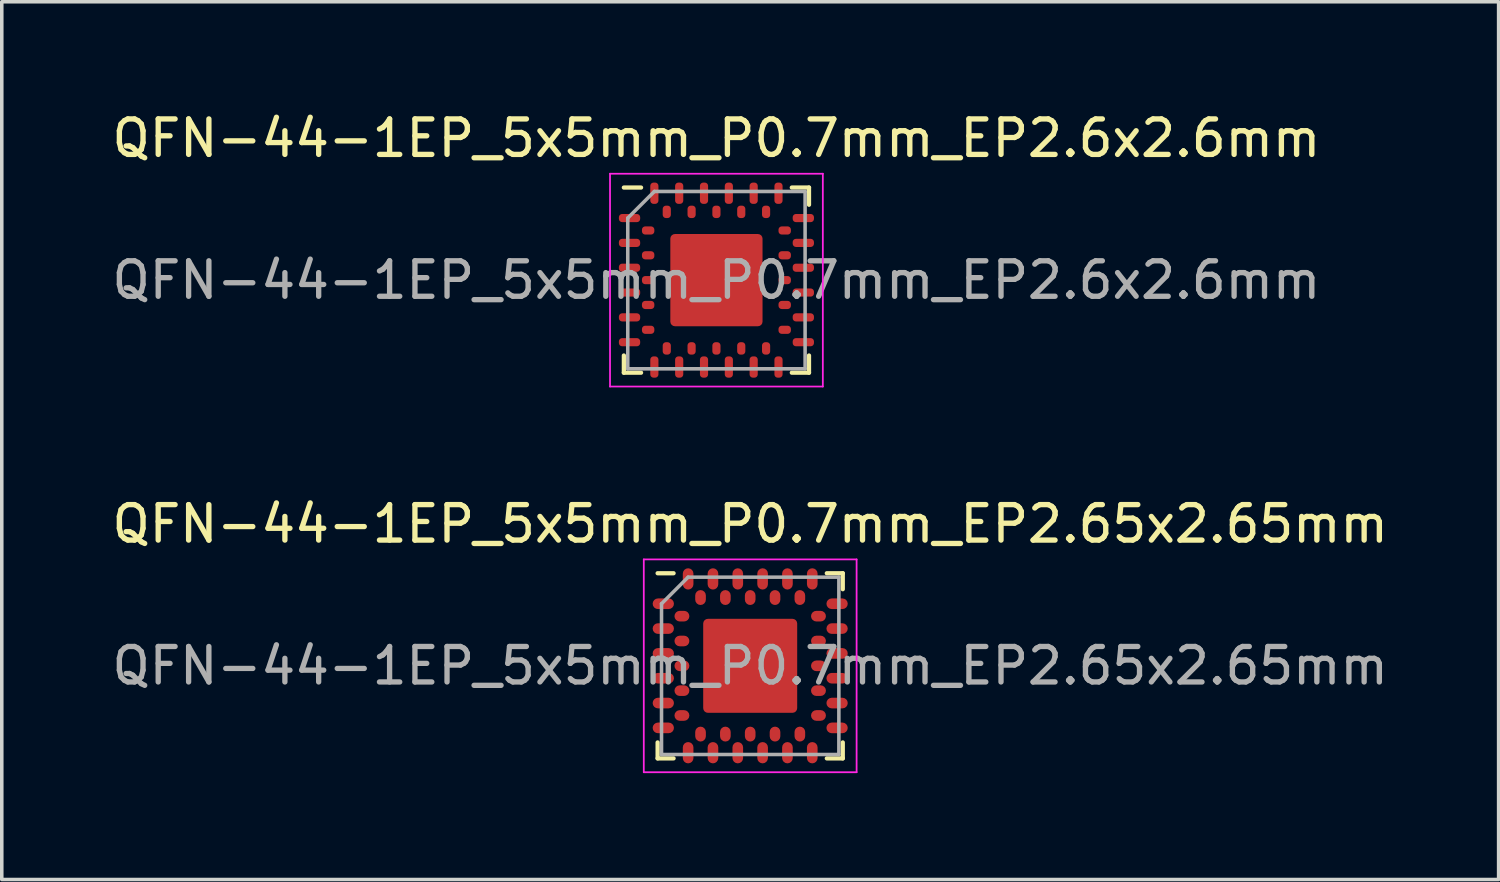
<source format=kicad_pcb>
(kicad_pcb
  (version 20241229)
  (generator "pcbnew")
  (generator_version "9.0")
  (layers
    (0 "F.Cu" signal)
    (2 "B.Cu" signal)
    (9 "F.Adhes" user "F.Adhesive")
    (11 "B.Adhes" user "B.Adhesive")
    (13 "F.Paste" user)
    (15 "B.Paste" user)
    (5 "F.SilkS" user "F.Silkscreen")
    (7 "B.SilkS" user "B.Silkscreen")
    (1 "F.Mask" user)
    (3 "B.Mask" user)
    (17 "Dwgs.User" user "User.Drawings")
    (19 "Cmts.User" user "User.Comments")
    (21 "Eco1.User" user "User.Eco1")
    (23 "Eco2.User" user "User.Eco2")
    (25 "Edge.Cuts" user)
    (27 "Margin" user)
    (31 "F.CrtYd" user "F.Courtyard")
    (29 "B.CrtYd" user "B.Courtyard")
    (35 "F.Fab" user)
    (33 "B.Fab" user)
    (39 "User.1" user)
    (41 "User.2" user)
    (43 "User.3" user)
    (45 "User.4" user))
  (footprint "QFN-44-1EP_5x5mm_P0.7mm_EP2.65x2.65mm"
    (layer "F.Cu")
    (at 18.101 15.722)
    (property "Reference" "QFN-44-1EP_5x5mm_P0.7mm_EP2.65x2.65mm" (at 0 -4 0) (layer "F.SilkS") (effects (font (size 1 1) (thickness 0.15))))
    (attr smd)
    (fp_line (start -2.61 2.61) (end -2.61 2.16) (stroke (width 0.12) (type solid)) (layer "F.SilkS"))
    (fp_line (start -2.16 -2.61) (end -2.61 -2.61) (stroke (width 0.12) (type solid)) (layer "F.SilkS"))
    (fp_line (start -2.16 2.61) (end -2.61 2.61) (stroke (width 0.12) (type solid)) (layer "F.SilkS"))
    (fp_line (start 2.16 -2.61) (end 2.61 -2.61) (stroke (width 0.12) (type solid)) (layer "F.SilkS"))
    (fp_line (start 2.61 -2.61) (end 2.61 -2.16) (stroke (width 0.12) (type solid)) (layer "F.SilkS"))
    (fp_line (start 2.61 2.16) (end 2.61 2.61) (stroke (width 0.12) (type solid)) (layer "F.SilkS"))
    (fp_line (start 2.61 2.61) (end 2.16 2.61) (stroke (width 0.12) (type solid)) (layer "F.SilkS"))
    (fp_line (start -3 -3) (end 3 -3) (stroke (width 0.05) (type solid)) (layer "F.CrtYd"))
    (fp_line (start -3 3) (end -3 -3) (stroke (width 0.05) (type solid)) (layer "F.CrtYd"))
    (fp_line (start 3 -3) (end 3 3) (stroke (width 0.05) (type solid)) (layer "F.CrtYd"))
    (fp_line (start 3 3) (end -3 3) (stroke (width 0.05) (type solid)) (layer "F.CrtYd"))
    (fp_line (start -2.5 -1.75) (end -1.75 -2.5) (stroke (width 0.1) (type solid)) (layer "F.Fab"))
    (fp_line (start -2.5 2.5) (end -2.5 -1.75) (stroke (width 0.1) (type solid)) (layer "F.Fab"))
    (fp_line (start -1.75 -2.5) (end 2.5 -2.5) (stroke (width 0.1) (type solid)) (layer "F.Fab"))
    (fp_line (start 2.5 -2.5) (end 2.5 2.5) (stroke (width 0.1) (type solid)) (layer "F.Fab"))
    (fp_line (start 2.5 2.5) (end -2.5 2.5) (stroke (width 0.1) (type solid)) (layer "F.Fab"))
    (fp_text user "${REFERENCE}" (at 0 0 0) (layer "F.Fab") (effects (font (size 1 1) (thickness 0.15))))
    (pad "" smd roundrect (at -0.65 -0.65) (size 1.1 1.1) (layers "F.Paste") (roundrect_rratio 0.1))
    (pad "" smd roundrect (at -0.65 0.65) (size 1.1 1.1) (layers "F.Paste") (roundrect_rratio 0.1))
    (pad "" smd roundrect (at 0.65 -0.65) (size 1.1 1.1) (layers "F.Paste") (roundrect_rratio 0.1))
    (pad "" smd roundrect (at 0.65 0.65) (size 1.1 1.1) (layers "F.Paste") (roundrect_rratio 0.1))
    (pad "A1" smd roundrect (at -2.45 -1.75) (size 0.6 0.3) (layers "F.Cu" "F.Mask" "F.Paste") (roundrect_rratio 0.5))
    (pad "A2" smd roundrect (at -2.45 -1.05) (size 0.6 0.3) (layers "F.Cu" "F.Mask" "F.Paste") (roundrect_rratio 0.5))
    (pad "A3" smd roundrect (at -2.45 -0.35) (size 0.6 0.3) (layers "F.Cu" "F.Mask" "F.Paste") (roundrect_rratio 0.5))
    (pad "A4" smd roundrect (at -2.45 0.35) (size 0.6 0.3) (layers "F.Cu" "F.Mask" "F.Paste") (roundrect_rratio 0.5))
    (pad "A5" smd roundrect (at -2.45 1.05) (size 0.6 0.3) (layers "F.Cu" "F.Mask" "F.Paste") (roundrect_rratio 0.5))
    (pad "A6" smd roundrect (at -2.45 1.75) (size 0.6 0.3) (layers "F.Cu" "F.Mask" "F.Paste") (roundrect_rratio 0.5))
    (pad "A7" smd roundrect (at -1.75 2.45) (size 0.3 0.6) (layers "F.Cu" "F.Mask" "F.Paste") (roundrect_rratio 0.5))
    (pad "A8" smd roundrect (at -1.05 2.45) (size 0.3 0.6) (layers "F.Cu" "F.Mask" "F.Paste") (roundrect_rratio 0.5))
    (pad "A9" smd roundrect (at -0.35 2.45) (size 0.3 0.6) (layers "F.Cu" "F.Mask" "F.Paste") (roundrect_rratio 0.5))
    (pad "A10" smd roundrect (at 0.35 2.45) (size 0.3 0.6) (layers "F.Cu" "F.Mask" "F.Paste") (roundrect_rratio 0.5))
    (pad "A11" smd roundrect (at 1.05 2.45) (size 0.3 0.6) (layers "F.Cu" "F.Mask" "F.Paste") (roundrect_rratio 0.5))
    (pad "A12" smd roundrect (at 1.75 2.45) (size 0.3 0.6) (layers "F.Cu" "F.Mask" "F.Paste") (roundrect_rratio 0.5))
    (pad "A13" smd roundrect (at 2.45 1.75) (size 0.6 0.3) (layers "F.Cu" "F.Mask" "F.Paste") (roundrect_rratio 0.5))
    (pad "A14" smd roundrect (at 2.45 1.05) (size 0.6 0.3) (layers "F.Cu" "F.Mask" "F.Paste") (roundrect_rratio 0.5))
    (pad "A15" smd roundrect (at 2.45 0.35) (size 0.6 0.3) (layers "F.Cu" "F.Mask" "F.Paste") (roundrect_rratio 0.5))
    (pad "A16" smd roundrect (at 2.45 -0.35) (size 0.6 0.3) (layers "F.Cu" "F.Mask" "F.Paste") (roundrect_rratio 0.5))
    (pad "A17" smd roundrect (at 2.45 -1.05) (size 0.6 0.3) (layers "F.Cu" "F.Mask" "F.Paste") (roundrect_rratio 0.5))
    (pad "A18" smd roundrect (at 2.45 -1.75) (size 0.6 0.3) (layers "F.Cu" "F.Mask" "F.Paste") (roundrect_rratio 0.5))
    (pad "A19" smd roundrect (at 1.75 -2.45) (size 0.3 0.6) (layers "F.Cu" "F.Mask" "F.Paste") (roundrect_rratio 0.5))
    (pad "A20" smd roundrect (at 1.05 -2.45) (size 0.3 0.6) (layers "F.Cu" "F.Mask" "F.Paste") (roundrect_rratio 0.5))
    (pad "A21" smd roundrect (at 0.35 -2.45) (size 0.3 0.6) (layers "F.Cu" "F.Mask" "F.Paste") (roundrect_rratio 0.5))
    (pad "A22" smd roundrect (at -0.35 -2.45) (size 0.3 0.6) (layers "F.Cu" "F.Mask" "F.Paste") (roundrect_rratio 0.5))
    (pad "A23" smd roundrect (at -1.05 -2.45) (size 0.3 0.6) (layers "F.Cu" "F.Mask" "F.Paste") (roundrect_rratio 0.5))
    (pad "A24" smd roundrect (at -1.75 -2.45) (size 0.3 0.6) (layers "F.Cu" "F.Mask" "F.Paste") (roundrect_rratio 0.5))
    (pad "B1" smd roundrect (at -1.925 -1.4) (size 0.42 0.3) (layers "F.Cu" "F.Mask" "F.Paste") (roundrect_rratio 0.5))
    (pad "B2" smd roundrect (at -1.925 -0.7) (size 0.42 0.3) (layers "F.Cu" "F.Mask" "F.Paste") (roundrect_rratio 0.5))
    (pad "B3" smd roundrect (at -1.925 0) (size 0.42 0.3) (layers "F.Cu" "F.Mask" "F.Paste") (roundrect_rratio 0.5))
    (pad "B4" smd roundrect (at -1.925 0.7) (size 0.42 0.3) (layers "F.Cu" "F.Mask" "F.Paste") (roundrect_rratio 0.5))
    (pad "B5" smd roundrect (at -1.925 1.4) (size 0.42 0.3) (layers "F.Cu" "F.Mask" "F.Paste") (roundrect_rratio 0.5))
    (pad "B6" smd roundrect (at -1.4 1.925) (size 0.3 0.42) (layers "F.Cu" "F.Mask" "F.Paste") (roundrect_rratio 0.5))
    (pad "B7" smd roundrect (at -0.7 1.925) (size 0.3 0.42) (layers "F.Cu" "F.Mask" "F.Paste") (roundrect_rratio 0.5))
    (pad "B8" smd roundrect (at 0 1.925) (size 0.3 0.42) (layers "F.Cu" "F.Mask" "F.Paste") (roundrect_rratio 0.5))
    (pad "B9" smd roundrect (at 0.7 1.925) (size 0.3 0.42) (layers "F.Cu" "F.Mask" "F.Paste") (roundrect_rratio 0.5))
    (pad "B10" smd roundrect (at 1.4 1.925) (size 0.3 0.42) (layers "F.Cu" "F.Mask" "F.Paste") (roundrect_rratio 0.5))
    (pad "B11" smd roundrect (at 1.925 1.4) (size 0.42 0.3) (layers "F.Cu" "F.Mask" "F.Paste") (roundrect_rratio 0.5))
    (pad "B12" smd roundrect (at 1.925 0.7) (size 0.42 0.3) (layers "F.Cu" "F.Mask" "F.Paste") (roundrect_rratio 0.5))
    (pad "B13" smd roundrect (at 1.925 0) (size 0.42 0.3) (layers "F.Cu" "F.Mask" "F.Paste") (roundrect_rratio 0.5))
    (pad "B14" smd roundrect (at 1.925 -0.7) (size 0.42 0.3) (layers "F.Cu" "F.Mask" "F.Paste") (roundrect_rratio 0.5))
    (pad "B15" smd roundrect (at 1.925 -1.4) (size 0.42 0.3) (layers "F.Cu" "F.Mask" "F.Paste") (roundrect_rratio 0.5))
    (pad "B16" smd roundrect (at 1.4 -1.925) (size 0.3 0.42) (layers "F.Cu" "F.Mask" "F.Paste") (roundrect_rratio 0.5))
    (pad "B17" smd roundrect (at 0.7 -1.925) (size 0.3 0.42) (layers "F.Cu" "F.Mask" "F.Paste") (roundrect_rratio 0.5))
    (pad "B18" smd roundrect (at 0 -1.925) (size 0.3 0.42) (layers "F.Cu" "F.Mask" "F.Paste") (roundrect_rratio 0.5))
    (pad "B19" smd roundrect (at -0.7 -1.925) (size 0.3 0.42) (layers "F.Cu" "F.Mask" "F.Paste") (roundrect_rratio 0.5))
    (pad "B20" smd roundrect (at -1.4 -1.925) (size 0.3 0.42) (layers "F.Cu" "F.Mask" "F.Paste") (roundrect_rratio 0.5))
    (pad "EP" smd roundrect (at 0 0) (size 2.65 2.65) (layers "F.Cu" "F.Mask") (roundrect_rratio 0.05)))
  (footprint "QFN-44-1EP_5x5mm_P0.7mm_EP2.6x2.6mm"
    (layer "F.Cu")
    (at 17.149 4.848)
    (property "Reference" "QFN-44-1EP_5x5mm_P0.7mm_EP2.6x2.6mm" (at 0 -4 0) (layer "F.SilkS") (effects (font (size 1 1) (thickness 0.15))))
    (attr smd)
    (fp_line (start -2.61 2.61) (end -2.61 2.125) (stroke (width 0.12) (type solid)) (layer "F.SilkS"))
    (fp_line (start -2.125 -2.61) (end -2.61 -2.61) (stroke (width 0.12) (type solid)) (layer "F.SilkS"))
    (fp_line (start -2.125 2.61) (end -2.61 2.61) (stroke (width 0.12) (type solid)) (layer "F.SilkS"))
    (fp_line (start 2.125 -2.61) (end 2.61 -2.61) (stroke (width 0.12) (type solid)) (layer "F.SilkS"))
    (fp_line (start 2.61 -2.61) (end 2.61 -2.125) (stroke (width 0.12) (type solid)) (layer "F.SilkS"))
    (fp_line (start 2.61 2.125) (end 2.61 2.61) (stroke (width 0.12) (type solid)) (layer "F.SilkS"))
    (fp_line (start 2.61 2.61) (end 2.125 2.61) (stroke (width 0.12) (type solid)) (layer "F.SilkS"))
    (fp_line (start -3 -3) (end 3 -3) (stroke (width 0.05) (type solid)) (layer "F.CrtYd"))
    (fp_line (start -3 3) (end -3 -3) (stroke (width 0.05) (type solid)) (layer "F.CrtYd"))
    (fp_line (start 3 -3) (end 3 3) (stroke (width 0.05) (type solid)) (layer "F.CrtYd"))
    (fp_line (start 3 3) (end -3 3) (stroke (width 0.05) (type solid)) (layer "F.CrtYd"))
    (fp_line (start -2.5 -1.75) (end -1.75 -2.5) (stroke (width 0.1) (type solid)) (layer "F.Fab"))
    (fp_line (start -2.5 2.5) (end -2.5 -1.75) (stroke (width 0.1) (type solid)) (layer "F.Fab"))
    (fp_line (start -1.75 -2.5) (end 2.5 -2.5) (stroke (width 0.1) (type solid)) (layer "F.Fab"))
    (fp_line (start 2.5 -2.5) (end 2.5 2.5) (stroke (width 0.1) (type solid)) (layer "F.Fab"))
    (fp_line (start 2.5 2.5) (end -2.5 2.5) (stroke (width 0.1) (type solid)) (layer "F.Fab"))
    (fp_text user "${REFERENCE}" (at 0 0 0) (layer "F.Fab") (effects (font (size 1 1) (thickness 0.15))))
    (pad "" smd roundrect (at -0.65 -0.65) (size 1.1 1.1) (layers "F.Paste") (roundrect_rratio 0.1))
    (pad "" smd roundrect (at -0.65 0.65) (size 1.1 1.1) (layers "F.Paste") (roundrect_rratio 0.1))
    (pad "" smd roundrect (at 0.65 -0.65) (size 1.1 1.1) (layers "F.Paste") (roundrect_rratio 0.1))
    (pad "" smd roundrect (at 0.65 0.65) (size 1.1 1.1) (layers "F.Paste") (roundrect_rratio 0.1))
    (pad "A1" smd roundrect (at -2.45 -1.75) (size 0.6 0.23) (layers "F.Cu" "F.Mask" "F.Paste") (roundrect_rratio 0.4))
    (pad "A2" smd roundrect (at -2.45 -1.05) (size 0.6 0.23) (layers "F.Cu" "F.Mask" "F.Paste") (roundrect_rratio 0.4))
    (pad "A3" smd roundrect (at -2.45 -0.35) (size 0.6 0.23) (layers "F.Cu" "F.Mask" "F.Paste") (roundrect_rratio 0.4))
    (pad "A4" smd roundrect (at -2.45 0.35) (size 0.6 0.23) (layers "F.Cu" "F.Mask" "F.Paste") (roundrect_rratio 0.4))
    (pad "A5" smd roundrect (at -2.45 1.05) (size 0.6 0.23) (layers "F.Cu" "F.Mask" "F.Paste") (roundrect_rratio 0.4))
    (pad "A6" smd roundrect (at -2.45 1.75) (size 0.6 0.23) (layers "F.Cu" "F.Mask" "F.Paste") (roundrect_rratio 0.4))
    (pad "A7" smd roundrect (at -1.75 2.45 90) (size 0.6 0.23) (layers "F.Cu" "F.Mask" "F.Paste") (roundrect_rratio 0.4))
    (pad "A8" smd roundrect (at -1.05 2.45 90) (size 0.6 0.23) (layers "F.Cu" "F.Mask" "F.Paste") (roundrect_rratio 0.4))
    (pad "A9" smd roundrect (at -0.35 2.45 90) (size 0.6 0.23) (layers "F.Cu" "F.Mask" "F.Paste") (roundrect_rratio 0.4))
    (pad "A10" smd roundrect (at 0.35 2.45 90) (size 0.6 0.23) (layers "F.Cu" "F.Mask" "F.Paste") (roundrect_rratio 0.4))
    (pad "A11" smd roundrect (at 1.05 2.45 90) (size 0.6 0.23) (layers "F.Cu" "F.Mask" "F.Paste") (roundrect_rratio 0.4))
    (pad "A12" smd roundrect (at 1.75 2.45 90) (size 0.6 0.23) (layers "F.Cu" "F.Mask" "F.Paste") (roundrect_rratio 0.4))
    (pad "A13" smd roundrect (at 2.45 1.75) (size 0.6 0.23) (layers "F.Cu" "F.Mask" "F.Paste") (roundrect_rratio 0.4))
    (pad "A14" smd roundrect (at 2.45 1.05) (size 0.6 0.23) (layers "F.Cu" "F.Mask" "F.Paste") (roundrect_rratio 0.4))
    (pad "A15" smd roundrect (at 2.45 0.35) (size 0.6 0.23) (layers "F.Cu" "F.Mask" "F.Paste") (roundrect_rratio 0.4))
    (pad "A16" smd roundrect (at 2.45 -0.35) (size 0.6 0.23) (layers "F.Cu" "F.Mask" "F.Paste") (roundrect_rratio 0.4))
    (pad "A17" smd roundrect (at 2.45 -1.05) (size 0.6 0.23) (layers "F.Cu" "F.Mask" "F.Paste") (roundrect_rratio 0.4))
    (pad "A18" smd roundrect (at 2.45 -1.75) (size 0.6 0.23) (layers "F.Cu" "F.Mask" "F.Paste") (roundrect_rratio 0.4))
    (pad "A19" smd roundrect (at 1.75 -2.45 90) (size 0.6 0.23) (layers "F.Cu" "F.Mask" "F.Paste") (roundrect_rratio 0.4))
    (pad "A20" smd roundrect (at 1.05 -2.45 90) (size 0.6 0.23) (layers "F.Cu" "F.Mask" "F.Paste") (roundrect_rratio 0.4))
    (pad "A21" smd roundrect (at 0.35 -2.45 90) (size 0.6 0.23) (layers "F.Cu" "F.Mask" "F.Paste") (roundrect_rratio 0.4))
    (pad "A22" smd roundrect (at -0.35 -2.45 90) (size 0.6 0.23) (layers "F.Cu" "F.Mask" "F.Paste") (roundrect_rratio 0.4))
    (pad "A23" smd roundrect (at -1.05 -2.45 90) (size 0.6 0.23) (layers "F.Cu" "F.Mask" "F.Paste") (roundrect_rratio 0.4))
    (pad "A24" smd roundrect (at -1.75 -2.45 90) (size 0.6 0.23) (layers "F.Cu" "F.Mask" "F.Paste") (roundrect_rratio 0.4))
    (pad "B1" smd roundrect (at -1.925 -1.4) (size 0.35 0.23) (layers "F.Cu" "F.Mask" "F.Paste") (roundrect_rratio 0.4))
    (pad "B2" smd roundrect (at -1.925 -0.7) (size 0.35 0.23) (layers "F.Cu" "F.Mask" "F.Paste") (roundrect_rratio 0.4))
    (pad "B3" smd roundrect (at -1.925 0) (size 0.35 0.23) (layers "F.Cu" "F.Mask" "F.Paste") (roundrect_rratio 0.4))
    (pad "B4" smd roundrect (at -1.925 0.7) (size 0.35 0.23) (layers "F.Cu" "F.Mask" "F.Paste") (roundrect_rratio 0.4))
    (pad "B5" smd roundrect (at -1.925 1.4) (size 0.35 0.23) (layers "F.Cu" "F.Mask" "F.Paste") (roundrect_rratio 0.4))
    (pad "B6" smd roundrect (at -1.4 1.925 90) (size 0.35 0.23) (layers "F.Cu" "F.Mask" "F.Paste") (roundrect_rratio 0.4))
    (pad "B7" smd roundrect (at -0.7 1.925 90) (size 0.35 0.23) (layers "F.Cu" "F.Mask" "F.Paste") (roundrect_rratio 0.4))
    (pad "B8" smd roundrect (at 0 1.925 90) (size 0.35 0.23) (layers "F.Cu" "F.Mask" "F.Paste") (roundrect_rratio 0.4))
    (pad "B9" smd roundrect (at 0.7 1.925 90) (size 0.35 0.23) (layers "F.Cu" "F.Mask" "F.Paste") (roundrect_rratio 0.4))
    (pad "B10" smd roundrect (at 1.4 1.925 90) (size 0.35 0.23) (layers "F.Cu" "F.Mask" "F.Paste") (roundrect_rratio 0.4))
    (pad "B11" smd roundrect (at 1.925 1.4) (size 0.35 0.23) (layers "F.Cu" "F.Mask" "F.Paste") (roundrect_rratio 0.4))
    (pad "B12" smd roundrect (at 1.925 0.7) (size 0.35 0.23) (layers "F.Cu" "F.Mask" "F.Paste") (roundrect_rratio 0.4))
    (pad "B13" smd roundrect (at 1.925 0) (size 0.35 0.23) (layers "F.Cu" "F.Mask" "F.Paste") (roundrect_rratio 0.4))
    (pad "B14" smd roundrect (at 1.925 -0.7) (size 0.35 0.23) (layers "F.Cu" "F.Mask" "F.Paste") (roundrect_rratio 0.4))
    (pad "B15" smd roundrect (at 1.925 -1.4) (size 0.35 0.23) (layers "F.Cu" "F.Mask" "F.Paste") (roundrect_rratio 0.4))
    (pad "B16" smd roundrect (at 1.4 -1.925 90) (size 0.35 0.23) (layers "F.Cu" "F.Mask" "F.Paste") (roundrect_rratio 0.4))
    (pad "B17" smd roundrect (at 0.7 -1.925 90) (size 0.35 0.23) (layers "F.Cu" "F.Mask" "F.Paste") (roundrect_rratio 0.4))
    (pad "B18" smd roundrect (at 0 -1.925 90) (size 0.35 0.23) (layers "F.Cu" "F.Mask" "F.Paste") (roundrect_rratio 0.4))
    (pad "B19" smd roundrect (at -0.7 -1.925 90) (size 0.35 0.23) (layers "F.Cu" "F.Mask" "F.Paste") (roundrect_rratio 0.4))
    (pad "B20" smd roundrect (at -1.4 -1.925 90) (size 0.35 0.23) (layers "F.Cu" "F.Mask" "F.Paste") (roundrect_rratio 0.4))
    (pad "EP" smd roundrect (at 0 0 90) (size 2.6 2.6) (layers "F.Cu" "F.Mask") (roundrect_rratio 0.05)))
  (gr_rect
    (start -3 -3)
    (end 39.202 21.747)
    (stroke (width 0.1) (type default))
    (fill no)
    (layer "Edge.Cuts")))
</source>
